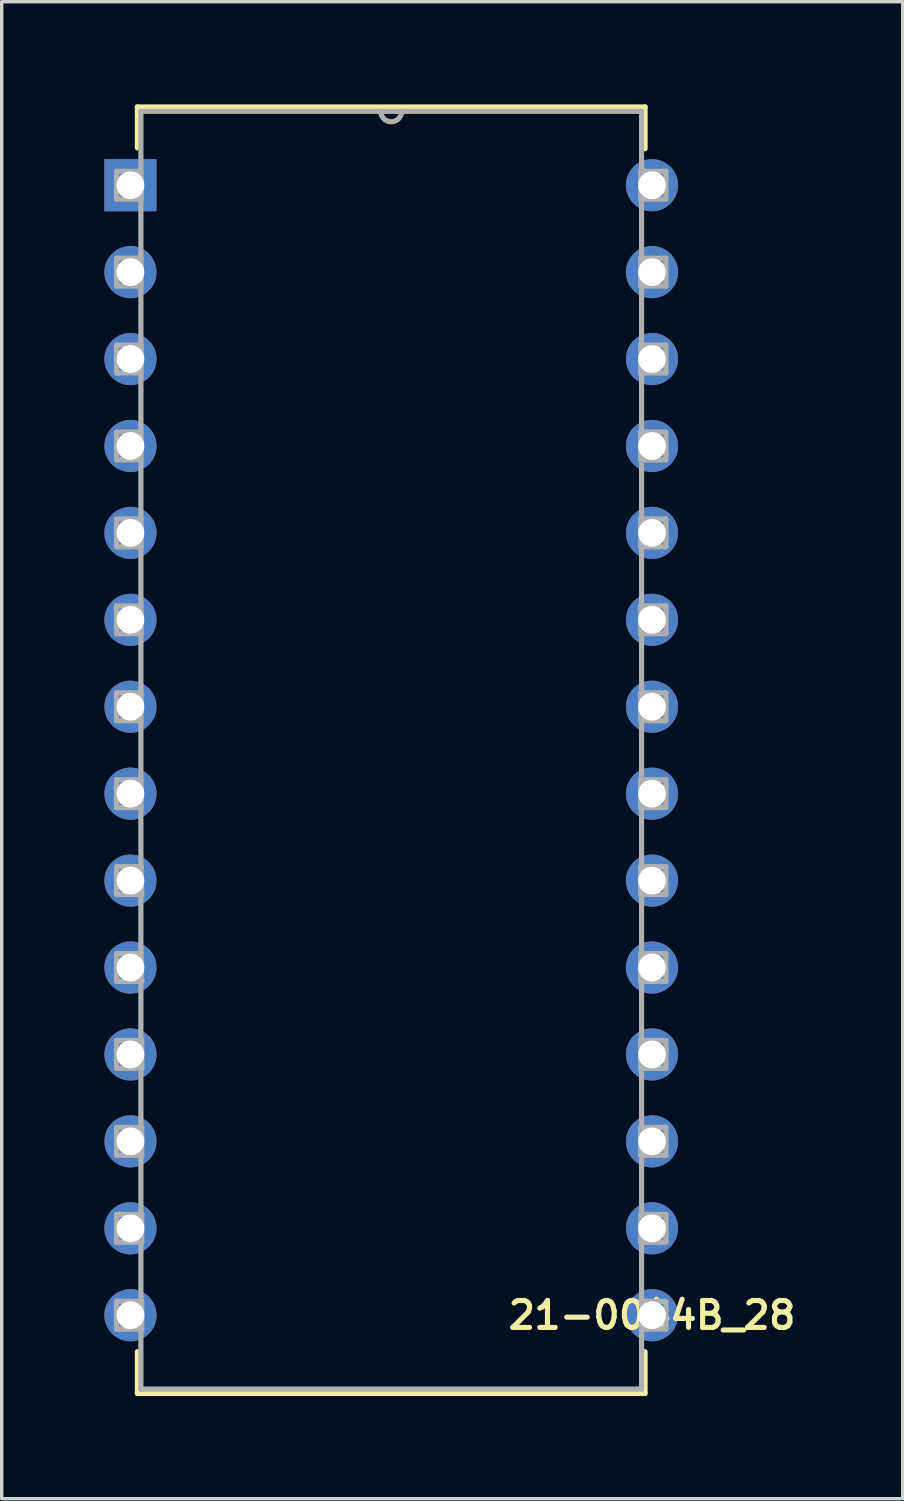
<source format=kicad_pcb>
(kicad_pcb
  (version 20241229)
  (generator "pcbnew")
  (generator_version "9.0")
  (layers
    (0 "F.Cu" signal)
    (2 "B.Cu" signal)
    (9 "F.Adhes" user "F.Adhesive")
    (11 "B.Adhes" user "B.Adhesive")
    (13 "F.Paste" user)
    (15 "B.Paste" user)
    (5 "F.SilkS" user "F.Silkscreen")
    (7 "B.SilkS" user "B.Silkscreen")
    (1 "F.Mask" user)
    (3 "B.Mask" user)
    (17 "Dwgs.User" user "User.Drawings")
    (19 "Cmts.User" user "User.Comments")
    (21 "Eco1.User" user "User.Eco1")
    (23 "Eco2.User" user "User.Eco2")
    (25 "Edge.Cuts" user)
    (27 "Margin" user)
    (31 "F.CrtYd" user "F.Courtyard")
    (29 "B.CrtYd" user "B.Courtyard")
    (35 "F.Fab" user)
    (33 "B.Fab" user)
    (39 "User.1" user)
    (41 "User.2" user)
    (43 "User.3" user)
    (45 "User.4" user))
  (footprint "21-0044B_28"
    (layer "F.Cu")
    (at 16.002 35.382)
    (property "Reference" "21-0044B_28" (at 0 0 0) (layer "F.SilkS") (effects (font (size 0.787 0.787) (thickness 0.15))))
    (attr through_hole)
    (fp_line (start -15.037 -35.306) (end -15.037 -34.112) (stroke (width 0.152) (type solid)) (layer "F.SilkS"))
    (fp_line (start -15.037 1.067) (end -15.037 2.286) (stroke (width 0.152) (type solid)) (layer "F.SilkS"))
    (fp_line (start -15.037 2.286) (end -0.203 2.286) (stroke (width 0.152) (type solid)) (layer "F.SilkS"))
    (fp_line (start -0.203 -35.306) (end -15.037 -35.306) (stroke (width 0.152) (type solid)) (layer "F.SilkS"))
    (fp_line (start -0.203 -34.087) (end -0.203 -35.306) (stroke (width 0.152) (type solid)) (layer "F.SilkS"))
    (fp_line (start -0.203 2.286) (end -0.203 1.067) (stroke (width 0.152) (type solid)) (layer "F.SilkS"))
    (fp_line (start -15.646 -33.426) (end -15.646 -32.614) (stroke (width 0.152) (type solid)) (layer "F.Fab"))
    (fp_line (start -15.646 -32.614) (end -14.935 -32.614) (stroke (width 0.152) (type solid)) (layer "F.Fab"))
    (fp_line (start -15.646 -30.886) (end -15.646 -30.074) (stroke (width 0.152) (type solid)) (layer "F.Fab"))
    (fp_line (start -15.646 -30.074) (end -14.935 -30.074) (stroke (width 0.152) (type solid)) (layer "F.Fab"))
    (fp_line (start -15.646 -28.346) (end -15.646 -27.534) (stroke (width 0.152) (type solid)) (layer "F.Fab"))
    (fp_line (start -15.646 -27.534) (end -14.935 -27.534) (stroke (width 0.152) (type solid)) (layer "F.Fab"))
    (fp_line (start -15.646 -25.806) (end -15.646 -24.994) (stroke (width 0.152) (type solid)) (layer "F.Fab"))
    (fp_line (start -15.646 -24.994) (end -14.935 -24.994) (stroke (width 0.152) (type solid)) (layer "F.Fab"))
    (fp_line (start -15.646 -23.266) (end -15.646 -22.454) (stroke (width 0.152) (type solid)) (layer "F.Fab"))
    (fp_line (start -15.646 -22.454) (end -14.935 -22.454) (stroke (width 0.152) (type solid)) (layer "F.Fab"))
    (fp_line (start -15.646 -20.726) (end -15.646 -19.914) (stroke (width 0.152) (type solid)) (layer "F.Fab"))
    (fp_line (start -15.646 -19.914) (end -14.935 -19.914) (stroke (width 0.152) (type solid)) (layer "F.Fab"))
    (fp_line (start -15.646 -18.186) (end -15.646 -17.374) (stroke (width 0.152) (type solid)) (layer "F.Fab"))
    (fp_line (start -15.646 -17.374) (end -14.935 -17.374) (stroke (width 0.152) (type solid)) (layer "F.Fab"))
    (fp_line (start -15.646 -15.646) (end -15.646 -14.834) (stroke (width 0.152) (type solid)) (layer "F.Fab"))
    (fp_line (start -15.646 -14.834) (end -14.935 -14.834) (stroke (width 0.152) (type solid)) (layer "F.Fab"))
    (fp_line (start -15.646 -13.106) (end -15.646 -12.294) (stroke (width 0.152) (type solid)) (layer "F.Fab"))
    (fp_line (start -15.646 -12.294) (end -14.91 -12.294) (stroke (width 0.152) (type solid)) (layer "F.Fab"))
    (fp_line (start -15.646 -10.566) (end -15.646 -9.754) (stroke (width 0.152) (type solid)) (layer "F.Fab"))
    (fp_line (start -15.646 -9.754) (end -14.91 -9.754) (stroke (width 0.152) (type solid)) (layer "F.Fab"))
    (fp_line (start -15.646 -8.026) (end -15.646 -7.214) (stroke (width 0.152) (type solid)) (layer "F.Fab"))
    (fp_line (start -15.646 -7.214) (end -14.91 -7.214) (stroke (width 0.152) (type solid)) (layer "F.Fab"))
    (fp_line (start -15.646 -5.486) (end -15.646 -4.674) (stroke (width 0.152) (type solid)) (layer "F.Fab"))
    (fp_line (start -15.646 -4.674) (end -14.91 -4.674) (stroke (width 0.152) (type solid)) (layer "F.Fab"))
    (fp_line (start -15.646 -2.946) (end -15.646 -2.134) (stroke (width 0.152) (type solid)) (layer "F.Fab"))
    (fp_line (start -15.646 -2.134) (end -14.91 -2.134) (stroke (width 0.152) (type solid)) (layer "F.Fab"))
    (fp_line (start -15.646 -0.406) (end -15.646 0.406) (stroke (width 0.152) (type solid)) (layer "F.Fab"))
    (fp_line (start -15.646 0.406) (end -14.91 0.406) (stroke (width 0.152) (type solid)) (layer "F.Fab"))
    (fp_line (start -14.935 -35.179) (end -14.935 2.159) (stroke (width 0.152) (type solid)) (layer "F.Fab"))
    (fp_line (start -14.935 -33.426) (end -15.646 -33.426) (stroke (width 0.152) (type solid)) (layer "F.Fab"))
    (fp_line (start -14.935 -32.614) (end -14.935 -33.426) (stroke (width 0.152) (type solid)) (layer "F.Fab"))
    (fp_line (start -14.935 -30.886) (end -15.646 -30.886) (stroke (width 0.152) (type solid)) (layer "F.Fab"))
    (fp_line (start -14.935 -30.074) (end -14.935 -30.886) (stroke (width 0.152) (type solid)) (layer "F.Fab"))
    (fp_line (start -14.935 -28.346) (end -15.646 -28.346) (stroke (width 0.152) (type solid)) (layer "F.Fab"))
    (fp_line (start -14.935 -27.534) (end -14.935 -28.346) (stroke (width 0.152) (type solid)) (layer "F.Fab"))
    (fp_line (start -14.935 -25.806) (end -15.646 -25.806) (stroke (width 0.152) (type solid)) (layer "F.Fab"))
    (fp_line (start -14.935 -24.994) (end -14.935 -25.806) (stroke (width 0.152) (type solid)) (layer "F.Fab"))
    (fp_line (start -14.935 -23.266) (end -15.646 -23.266) (stroke (width 0.152) (type solid)) (layer "F.Fab"))
    (fp_line (start -14.935 -22.454) (end -14.935 -23.266) (stroke (width 0.152) (type solid)) (layer "F.Fab"))
    (fp_line (start -14.935 -20.726) (end -15.646 -20.726) (stroke (width 0.152) (type solid)) (layer "F.Fab"))
    (fp_line (start -14.935 -19.914) (end -14.935 -20.726) (stroke (width 0.152) (type solid)) (layer "F.Fab"))
    (fp_line (start -14.935 -18.186) (end -15.646 -18.186) (stroke (width 0.152) (type solid)) (layer "F.Fab"))
    (fp_line (start -14.935 -17.374) (end -14.935 -18.186) (stroke (width 0.152) (type solid)) (layer "F.Fab"))
    (fp_line (start -14.935 -15.646) (end -15.646 -15.646) (stroke (width 0.152) (type solid)) (layer "F.Fab"))
    (fp_line (start -14.935 -14.834) (end -14.935 -15.646) (stroke (width 0.152) (type solid)) (layer "F.Fab"))
    (fp_line (start -14.935 -13.106) (end -15.646 -13.106) (stroke (width 0.152) (type solid)) (layer "F.Fab"))
    (fp_line (start -14.935 -10.566) (end -15.646 -10.566) (stroke (width 0.152) (type solid)) (layer "F.Fab"))
    (fp_line (start -14.935 2.159) (end -0.305 2.159) (stroke (width 0.152) (type solid)) (layer "F.Fab"))
    (fp_line (start -14.91 -12.294) (end -14.935 -13.106) (stroke (width 0.152) (type solid)) (layer "F.Fab"))
    (fp_line (start -14.91 -9.754) (end -14.935 -10.566) (stroke (width 0.152) (type solid)) (layer "F.Fab"))
    (fp_line (start -14.91 -8.026) (end -15.646 -8.026) (stroke (width 0.152) (type solid)) (layer "F.Fab"))
    (fp_line (start -14.91 -7.214) (end -14.91 -8.026) (stroke (width 0.152) (type solid)) (layer "F.Fab"))
    (fp_line (start -14.91 -5.486) (end -15.646 -5.486) (stroke (width 0.152) (type solid)) (layer "F.Fab"))
    (fp_line (start -14.91 -4.674) (end -14.91 -5.486) (stroke (width 0.152) (type solid)) (layer "F.Fab"))
    (fp_line (start -14.91 -2.946) (end -15.646 -2.946) (stroke (width 0.152) (type solid)) (layer "F.Fab"))
    (fp_line (start -14.91 -2.134) (end -14.91 -2.946) (stroke (width 0.152) (type solid)) (layer "F.Fab"))
    (fp_line (start -14.91 -0.406) (end -15.646 -0.406) (stroke (width 0.152) (type solid)) (layer "F.Fab"))
    (fp_line (start -14.91 0.406) (end -14.91 -0.406) (stroke (width 0.152) (type solid)) (layer "F.Fab"))
    (fp_line (start -7.925 -35.179) (end -14.935 -35.179) (stroke (width 0.152) (type solid)) (layer "F.Fab"))
    (fp_line (start -7.315 -35.179) (end -7.925 -35.179) (stroke (width 0.152) (type solid)) (layer "F.Fab"))
    (fp_line (start -0.33 -33.426) (end -0.33 -32.614) (stroke (width 0.152) (type solid)) (layer "F.Fab"))
    (fp_line (start -0.33 -32.614) (end 0.406 -32.614) (stroke (width 0.152) (type solid)) (layer "F.Fab"))
    (fp_line (start -0.33 -30.886) (end -0.33 -30.074) (stroke (width 0.152) (type solid)) (layer "F.Fab"))
    (fp_line (start -0.33 -30.074) (end 0.406 -30.074) (stroke (width 0.152) (type solid)) (layer "F.Fab"))
    (fp_line (start -0.33 -28.346) (end -0.33 -27.534) (stroke (width 0.152) (type solid)) (layer "F.Fab"))
    (fp_line (start -0.33 -27.534) (end 0.406 -27.534) (stroke (width 0.152) (type solid)) (layer "F.Fab"))
    (fp_line (start -0.33 -25.806) (end -0.33 -24.994) (stroke (width 0.152) (type solid)) (layer "F.Fab"))
    (fp_line (start -0.33 -24.994) (end 0.406 -24.994) (stroke (width 0.152) (type solid)) (layer "F.Fab"))
    (fp_line (start -0.33 -23.266) (end -0.33 -22.454) (stroke (width 0.152) (type solid)) (layer "F.Fab"))
    (fp_line (start -0.33 -22.454) (end 0.406 -22.454) (stroke (width 0.152) (type solid)) (layer "F.Fab"))
    (fp_line (start -0.33 -20.726) (end -0.33 -19.914) (stroke (width 0.152) (type solid)) (layer "F.Fab"))
    (fp_line (start -0.33 -19.914) (end 0.406 -19.914) (stroke (width 0.152) (type solid)) (layer "F.Fab"))
    (fp_line (start -0.33 -18.186) (end -0.33 -17.374) (stroke (width 0.152) (type solid)) (layer "F.Fab"))
    (fp_line (start -0.33 -17.374) (end 0.406 -17.374) (stroke (width 0.152) (type solid)) (layer "F.Fab"))
    (fp_line (start -0.33 -15.646) (end -0.33 -14.834) (stroke (width 0.152) (type solid)) (layer "F.Fab"))
    (fp_line (start -0.33 -14.834) (end 0.406 -14.834) (stroke (width 0.152) (type solid)) (layer "F.Fab"))
    (fp_line (start -0.33 -13.106) (end -0.33 -12.294) (stroke (width 0.152) (type solid)) (layer "F.Fab"))
    (fp_line (start -0.33 -12.294) (end 0.406 -12.294) (stroke (width 0.152) (type solid)) (layer "F.Fab"))
    (fp_line (start -0.33 -10.566) (end -0.33 -9.754) (stroke (width 0.152) (type solid)) (layer "F.Fab"))
    (fp_line (start -0.33 -9.754) (end 0.406 -9.754) (stroke (width 0.152) (type solid)) (layer "F.Fab"))
    (fp_line (start -0.33 -8.026) (end -0.33 -7.214) (stroke (width 0.152) (type solid)) (layer "F.Fab"))
    (fp_line (start -0.33 -7.214) (end 0.406 -7.214) (stroke (width 0.152) (type solid)) (layer "F.Fab"))
    (fp_line (start -0.33 -5.486) (end -0.33 -4.674) (stroke (width 0.152) (type solid)) (layer "F.Fab"))
    (fp_line (start -0.33 -4.674) (end 0.406 -4.674) (stroke (width 0.152) (type solid)) (layer "F.Fab"))
    (fp_line (start -0.33 -2.946) (end -0.33 -2.134) (stroke (width 0.152) (type solid)) (layer "F.Fab"))
    (fp_line (start -0.33 -2.134) (end 0.406 -2.134) (stroke (width 0.152) (type solid)) (layer "F.Fab"))
    (fp_line (start -0.305 -35.179) (end -7.315 -35.179) (stroke (width 0.152) (type solid)) (layer "F.Fab"))
    (fp_line (start -0.305 -0.406) (end -0.305 0.406) (stroke (width 0.152) (type solid)) (layer "F.Fab"))
    (fp_line (start -0.305 0.406) (end 0.406 0.406) (stroke (width 0.152) (type solid)) (layer "F.Fab"))
    (fp_line (start -0.305 2.159) (end -0.305 -35.179) (stroke (width 0.152) (type solid)) (layer "F.Fab"))
    (fp_line (start 0.406 -33.426) (end -0.33 -33.426) (stroke (width 0.152) (type solid)) (layer "F.Fab"))
    (fp_line (start 0.406 -32.614) (end 0.406 -33.426) (stroke (width 0.152) (type solid)) (layer "F.Fab"))
    (fp_line (start 0.406 -30.886) (end -0.33 -30.886) (stroke (width 0.152) (type solid)) (layer "F.Fab"))
    (fp_line (start 0.406 -30.074) (end 0.406 -30.886) (stroke (width 0.152) (type solid)) (layer "F.Fab"))
    (fp_line (start 0.406 -28.346) (end -0.33 -28.346) (stroke (width 0.152) (type solid)) (layer "F.Fab"))
    (fp_line (start 0.406 -27.534) (end 0.406 -28.346) (stroke (width 0.152) (type solid)) (layer "F.Fab"))
    (fp_line (start 0.406 -25.806) (end -0.33 -25.806) (stroke (width 0.152) (type solid)) (layer "F.Fab"))
    (fp_line (start 0.406 -24.994) (end 0.406 -25.806) (stroke (width 0.152) (type solid)) (layer "F.Fab"))
    (fp_line (start 0.406 -23.266) (end -0.33 -23.266) (stroke (width 0.152) (type solid)) (layer "F.Fab"))
    (fp_line (start 0.406 -22.454) (end 0.406 -23.266) (stroke (width 0.152) (type solid)) (layer "F.Fab"))
    (fp_line (start 0.406 -20.726) (end -0.33 -20.726) (stroke (width 0.152) (type solid)) (layer "F.Fab"))
    (fp_line (start 0.406 -19.914) (end 0.406 -20.726) (stroke (width 0.152) (type solid)) (layer "F.Fab"))
    (fp_line (start 0.406 -18.186) (end -0.33 -18.186) (stroke (width 0.152) (type solid)) (layer "F.Fab"))
    (fp_line (start 0.406 -17.374) (end 0.406 -18.186) (stroke (width 0.152) (type solid)) (layer "F.Fab"))
    (fp_line (start 0.406 -15.646) (end -0.33 -15.646) (stroke (width 0.152) (type solid)) (layer "F.Fab"))
    (fp_line (start 0.406 -14.834) (end 0.406 -15.646) (stroke (width 0.152) (type solid)) (layer "F.Fab"))
    (fp_line (start 0.406 -13.106) (end -0.33 -13.106) (stroke (width 0.152) (type solid)) (layer "F.Fab"))
    (fp_line (start 0.406 -12.294) (end 0.406 -13.106) (stroke (width 0.152) (type solid)) (layer "F.Fab"))
    (fp_line (start 0.406 -10.566) (end -0.33 -10.566) (stroke (width 0.152) (type solid)) (layer "F.Fab"))
    (fp_line (start 0.406 -9.754) (end 0.406 -10.566) (stroke (width 0.152) (type solid)) (layer "F.Fab"))
    (fp_line (start 0.406 -8.026) (end -0.33 -8.026) (stroke (width 0.152) (type solid)) (layer "F.Fab"))
    (fp_line (start 0.406 -7.214) (end 0.406 -8.026) (stroke (width 0.152) (type solid)) (layer "F.Fab"))
    (fp_line (start 0.406 -5.486) (end -0.33 -5.486) (stroke (width 0.152) (type solid)) (layer "F.Fab"))
    (fp_line (start 0.406 -4.674) (end 0.406 -5.486) (stroke (width 0.152) (type solid)) (layer "F.Fab"))
    (fp_line (start 0.406 -2.946) (end -0.33 -2.946) (stroke (width 0.152) (type solid)) (layer "F.Fab"))
    (fp_line (start 0.406 -2.134) (end 0.406 -2.946) (stroke (width 0.152) (type solid)) (layer "F.Fab"))
    (fp_line (start 0.406 -0.406) (end -0.305 -0.406) (stroke (width 0.152) (type solid)) (layer "F.Fab"))
    (fp_line (start 0.406 0.406) (end 0.406 -0.406) (stroke (width 0.152) (type solid)) (layer "F.Fab"))
    (fp_arc (start -7.3152 -35.179) (mid -7.62 -34.8742) (end -7.9248 -35.179) (stroke (width 0.1524) (type solid)) (layer "F.Fab"))
    (pad "1" thru_hole rect (at -15.24 -33.02) (size 1.524 1.524) (drill 0.813) (layers "*.Cu" "*.Mask"))
    (pad "2" thru_hole circle (at -15.24 -30.48) (size 1.524 1.524) (drill 0.813) (layers "*.Cu" "*.Mask"))
    (pad "3" thru_hole circle (at -15.24 -27.94) (size 1.524 1.524) (drill 0.813) (layers "*.Cu" "*.Mask"))
    (pad "4" thru_hole circle (at -15.24 -25.4) (size 1.524 1.524) (drill 0.813) (layers "*.Cu" "*.Mask"))
    (pad "5" thru_hole circle (at -15.24 -22.86) (size 1.524 1.524) (drill 0.813) (layers "*.Cu" "*.Mask"))
    (pad "6" thru_hole circle (at -15.24 -20.32) (size 1.524 1.524) (drill 0.813) (layers "*.Cu" "*.Mask"))
    (pad "7" thru_hole circle (at -15.24 -17.78) (size 1.524 1.524) (drill 0.813) (layers "*.Cu" "*.Mask"))
    (pad "8" thru_hole circle (at -15.24 -15.24) (size 1.524 1.524) (drill 0.813) (layers "*.Cu" "*.Mask"))
    (pad "9" thru_hole circle (at -15.24 -12.7) (size 1.524 1.524) (drill 0.813) (layers "*.Cu" "*.Mask"))
    (pad "10" thru_hole circle (at -15.24 -10.16) (size 1.524 1.524) (drill 0.813) (layers "*.Cu" "*.Mask"))
    (pad "11" thru_hole circle (at -15.24 -7.62) (size 1.524 1.524) (drill 0.813) (layers "*.Cu" "*.Mask"))
    (pad "12" thru_hole circle (at -15.24 -5.08) (size 1.524 1.524) (drill 0.813) (layers "*.Cu" "*.Mask"))
    (pad "13" thru_hole circle (at -15.24 -2.54) (size 1.524 1.524) (drill 0.813) (layers "*.Cu" "*.Mask"))
    (pad "14" thru_hole circle (at -15.24 0) (size 1.524 1.524) (drill 0.813) (layers "*.Cu" "*.Mask"))
    (pad "15" thru_hole circle (at 0 0) (size 1.524 1.524) (drill 0.813) (layers "*.Cu" "*.Mask"))
    (pad "16" thru_hole circle (at 0 -2.54) (size 1.524 1.524) (drill 0.813) (layers "*.Cu" "*.Mask"))
    (pad "17" thru_hole circle (at 0 -5.08) (size 1.524 1.524) (drill 0.813) (layers "*.Cu" "*.Mask"))
    (pad "18" thru_hole circle (at 0 -7.62) (size 1.524 1.524) (drill 0.813) (layers "*.Cu" "*.Mask"))
    (pad "19" thru_hole circle (at 0 -10.16) (size 1.524 1.524) (drill 0.813) (layers "*.Cu" "*.Mask"))
    (pad "20" thru_hole circle (at 0 -12.7) (size 1.524 1.524) (drill 0.813) (layers "*.Cu" "*.Mask"))
    (pad "21" thru_hole circle (at 0 -15.24) (size 1.524 1.524) (drill 0.813) (layers "*.Cu" "*.Mask"))
    (pad "22" thru_hole circle (at 0 -17.78) (size 1.524 1.524) (drill 0.813) (layers "*.Cu" "*.Mask"))
    (pad "23" thru_hole circle (at 0 -20.32) (size 1.524 1.524) (drill 0.813) (layers "*.Cu" "*.Mask"))
    (pad "24" thru_hole circle (at 0 -22.86) (size 1.524 1.524) (drill 0.813) (layers "*.Cu" "*.Mask"))
    (pad "25" thru_hole circle (at 0 -25.4) (size 1.524 1.524) (drill 0.813) (layers "*.Cu" "*.Mask"))
    (pad "26" thru_hole circle (at 0 -27.94) (size 1.524 1.524) (drill 0.813) (layers "*.Cu" "*.Mask"))
    (pad "27" thru_hole circle (at 0 -30.48) (size 1.524 1.524) (drill 0.813) (layers "*.Cu" "*.Mask"))
    (pad "28" thru_hole circle (at 0 -33.02) (size 1.524 1.524) (drill 0.813) (layers "*.Cu" "*.Mask")))
  (gr_rect
    (start -3 -3)
    (end 23.329 40.744)
    (stroke (width 0.1) (type default))
    (fill no)
    (layer "Edge.Cuts")))
</source>
